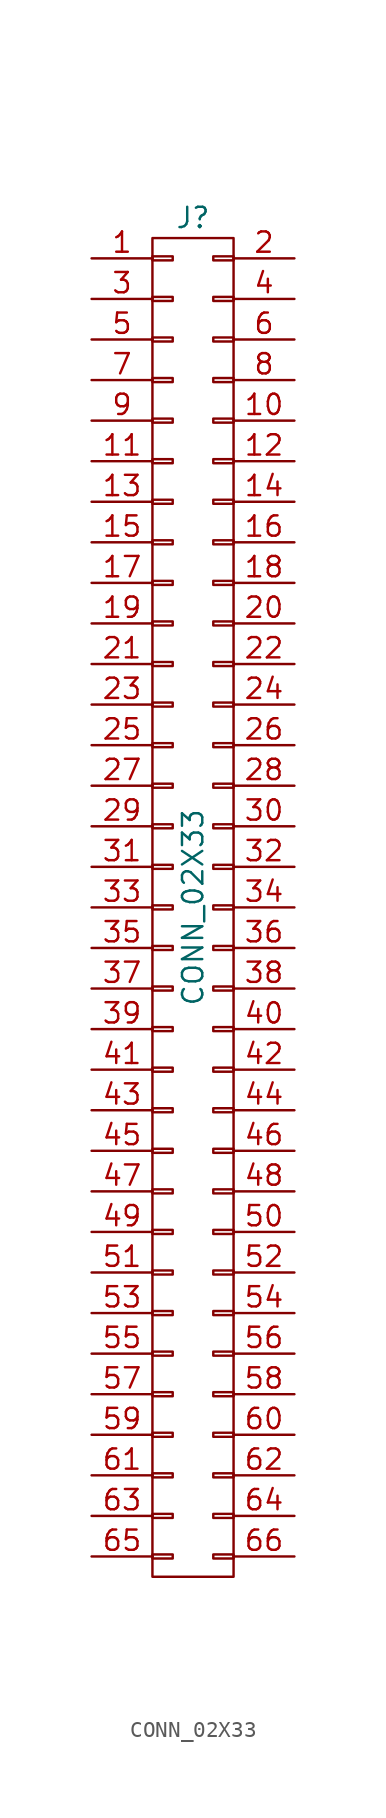
<source format=kicad_sym>
(kicad_symbol_lib
  (version 20211014)
  (generator kicad_symbol_editor)
  (symbol "CONN_02X33"
    (pin_names
      (offset 0.025) hide)
    (property "Reference" "J"
      (at 0 43.18 0)
      (effects (font (size 1.27 1.27))))
    (property "Value" "CONN_02X33"
      (at 0 0 90)
      (effects (font (size 1.27 1.27))))
    (symbol "CONN_02X33_0_1"
      (rectangle (start -2.54 -40.513) (end -1.27 -40.767) (stroke (width 0) (type default) (color 0 0 0 0)) (fill (type none)))
      (rectangle (start -2.54 -37.973) (end -1.27 -38.227) (stroke (width 0) (type default) (color 0 0 0 0)) (fill (type none)))
      (rectangle (start -2.54 -35.433) (end -1.27 -35.687) (stroke (width 0) (type default) (color 0 0 0 0)) (fill (type none)))
      (rectangle (start -2.54 -32.893) (end -1.27 -33.147) (stroke (width 0) (type default) (color 0 0 0 0)) (fill (type none)))
      (rectangle (start -2.54 -30.353) (end -1.27 -30.607) (stroke (width 0) (type default) (color 0 0 0 0)) (fill (type none)))
      (rectangle (start -2.54 -27.813) (end -1.27 -28.067) (stroke (width 0) (type default) (color 0 0 0 0)) (fill (type none)))
      (rectangle (start -2.54 -25.273) (end -1.27 -25.527) (stroke (width 0) (type default) (color 0 0 0 0)) (fill (type none)))
      (rectangle (start -2.54 -22.733) (end -1.27 -22.987) (stroke (width 0) (type default) (color 0 0 0 0)) (fill (type none)))
      (rectangle (start -2.54 -20.193) (end -1.27 -20.447) (stroke (width 0) (type default) (color 0 0 0 0)) (fill (type none)))
      (rectangle (start -2.54 -17.653) (end -1.27 -17.907) (stroke (width 0) (type default) (color 0 0 0 0)) (fill (type none)))
      (rectangle (start -2.54 -15.113) (end -1.27 -15.367) (stroke (width 0) (type default) (color 0 0 0 0)) (fill (type none)))
      (rectangle (start -2.54 -12.573) (end -1.27 -12.827) (stroke (width 0) (type default) (color 0 0 0 0)) (fill (type none)))
      (rectangle (start -2.54 -10.033) (end -1.27 -10.287) (stroke (width 0) (type default) (color 0 0 0 0)) (fill (type none)))
      (rectangle (start -2.54 -7.493) (end -1.27 -7.747) (stroke (width 0) (type default) (color 0 0 0 0)) (fill (type none)))
      (rectangle (start -2.54 -4.953) (end -1.27 -5.207) (stroke (width 0) (type default) (color 0 0 0 0)) (fill (type none)))
      (rectangle (start -2.54 -2.413) (end -1.27 -2.667) (stroke (width 0) (type default) (color 0 0 0 0)) (fill (type none)))
      (rectangle (start -2.54 0.127) (end -1.27 -0.127) (stroke (width 0) (type default) (color 0 0 0 0)) (fill (type none)))
      (rectangle (start -2.54 2.667) (end -1.27 2.413) (stroke (width 0) (type default) (color 0 0 0 0)) (fill (type none)))
      (rectangle (start -2.54 5.207) (end -1.27 4.953) (stroke (width 0) (type default) (color 0 0 0 0)) (fill (type none)))
      (rectangle (start -2.54 7.747) (end -1.27 7.493) (stroke (width 0) (type default) (color 0 0 0 0)) (fill (type none)))
      (rectangle (start -2.54 10.287) (end -1.27 10.033) (stroke (width 0) (type default) (color 0 0 0 0)) (fill (type none)))
      (rectangle (start -2.54 12.827) (end -1.27 12.573) (stroke (width 0) (type default) (color 0 0 0 0)) (fill (type none)))
      (rectangle (start -2.54 15.367) (end -1.27 15.113) (stroke (width 0) (type default) (color 0 0 0 0)) (fill (type none)))
      (rectangle (start -2.54 17.907) (end -1.27 17.653) (stroke (width 0) (type default) (color 0 0 0 0)) (fill (type none)))
      (rectangle (start -2.54 20.447) (end -1.27 20.193) (stroke (width 0) (type default) (color 0 0 0 0)) (fill (type none)))
      (rectangle (start -2.54 22.987) (end -1.27 22.733) (stroke (width 0) (type default) (color 0 0 0 0)) (fill (type none)))
      (rectangle (start -2.54 25.527) (end -1.27 25.273) (stroke (width 0) (type default) (color 0 0 0 0)) (fill (type none)))
      (rectangle (start -2.54 28.067) (end -1.27 27.813) (stroke (width 0) (type default) (color 0 0 0 0)) (fill (type none)))
      (rectangle (start -2.54 30.607) (end -1.27 30.353) (stroke (width 0) (type default) (color 0 0 0 0)) (fill (type none)))
      (rectangle (start -2.54 33.147) (end -1.27 32.893) (stroke (width 0) (type default) (color 0 0 0 0)) (fill (type none)))
      (rectangle (start -2.54 35.687) (end -1.27 35.433) (stroke (width 0) (type default) (color 0 0 0 0)) (fill (type none)))
      (rectangle (start -2.54 38.227) (end -1.27 37.973) (stroke (width 0) (type default) (color 0 0 0 0)) (fill (type none)))
      (rectangle (start -2.54 40.767) (end -1.27 40.513) (stroke (width 0) (type default) (color 0 0 0 0)) (fill (type none)))
      (rectangle (start -2.54 41.91) (end 2.54 -41.91) (stroke (width 0) (type default) (color 0 0 0 0)) (fill (type none)))
      (rectangle (start 1.27 -40.513) (end 2.54 -40.767) (stroke (width 0) (type default) (color 0 0 0 0)) (fill (type none)))
      (rectangle (start 1.27 -37.973) (end 2.54 -38.227) (stroke (width 0) (type default) (color 0 0 0 0)) (fill (type none)))
      (rectangle (start 1.27 -35.433) (end 2.54 -35.687) (stroke (width 0) (type default) (color 0 0 0 0)) (fill (type none)))
      (rectangle (start 1.27 -32.893) (end 2.54 -33.147) (stroke (width 0) (type default) (color 0 0 0 0)) (fill (type none)))
      (rectangle (start 1.27 -30.353) (end 2.54 -30.607) (stroke (width 0) (type default) (color 0 0 0 0)) (fill (type none)))
      (rectangle (start 1.27 -27.813) (end 2.54 -28.067) (stroke (width 0) (type default) (color 0 0 0 0)) (fill (type none)))
      (rectangle (start 1.27 -25.273) (end 2.54 -25.527) (stroke (width 0) (type default) (color 0 0 0 0)) (fill (type none)))
      (rectangle (start 1.27 -22.733) (end 2.54 -22.987) (stroke (width 0) (type default) (color 0 0 0 0)) (fill (type none)))
      (rectangle (start 1.27 -20.193) (end 2.54 -20.447) (stroke (width 0) (type default) (color 0 0 0 0)) (fill (type none)))
      (rectangle (start 1.27 -17.653) (end 2.54 -17.907) (stroke (width 0) (type default) (color 0 0 0 0)) (fill (type none)))
      (rectangle (start 1.27 -15.113) (end 2.54 -15.367) (stroke (width 0) (type default) (color 0 0 0 0)) (fill (type none)))
      (rectangle (start 1.27 -12.573) (end 2.54 -12.827) (stroke (width 0) (type default) (color 0 0 0 0)) (fill (type none)))
      (rectangle (start 1.27 -10.033) (end 2.54 -10.287) (stroke (width 0) (type default) (color 0 0 0 0)) (fill (type none)))
      (rectangle (start 1.27 -7.493) (end 2.54 -7.747) (stroke (width 0) (type default) (color 0 0 0 0)) (fill (type none)))
      (rectangle (start 1.27 -4.953) (end 2.54 -5.207) (stroke (width 0) (type default) (color 0 0 0 0)) (fill (type none)))
      (rectangle (start 1.27 -2.413) (end 2.54 -2.667) (stroke (width 0) (type default) (color 0 0 0 0)) (fill (type none)))
      (rectangle (start 1.27 0.127) (end 2.54 -0.127) (stroke (width 0) (type default) (color 0 0 0 0)) (fill (type none)))
      (rectangle (start 1.27 2.667) (end 2.54 2.413) (stroke (width 0) (type default) (color 0 0 0 0)) (fill (type none)))
      (rectangle (start 1.27 5.207) (end 2.54 4.953) (stroke (width 0) (type default) (color 0 0 0 0)) (fill (type none)))
      (rectangle (start 1.27 7.747) (end 2.54 7.493) (stroke (width 0) (type default) (color 0 0 0 0)) (fill (type none)))
      (rectangle (start 1.27 10.287) (end 2.54 10.033) (stroke (width 0) (type default) (color 0 0 0 0)) (fill (type none)))
      (rectangle (start 1.27 12.827) (end 2.54 12.573) (stroke (width 0) (type default) (color 0 0 0 0)) (fill (type none)))
      (rectangle (start 1.27 15.367) (end 2.54 15.113) (stroke (width 0) (type default) (color 0 0 0 0)) (fill (type none)))
      (rectangle (start 1.27 17.907) (end 2.54 17.653) (stroke (width 0) (type default) (color 0 0 0 0)) (fill (type none)))
      (rectangle (start 1.27 20.447) (end 2.54 20.193) (stroke (width 0) (type default) (color 0 0 0 0)) (fill (type none)))
      (rectangle (start 1.27 22.987) (end 2.54 22.733) (stroke (width 0) (type default) (color 0 0 0 0)) (fill (type none)))
      (rectangle (start 1.27 25.527) (end 2.54 25.273) (stroke (width 0) (type default) (color 0 0 0 0)) (fill (type none)))
      (rectangle (start 1.27 28.067) (end 2.54 27.813) (stroke (width 0) (type default) (color 0 0 0 0)) (fill (type none)))
      (rectangle (start 1.27 30.607) (end 2.54 30.353) (stroke (width 0) (type default) (color 0 0 0 0)) (fill (type none)))
      (rectangle (start 1.27 33.147) (end 2.54 32.893) (stroke (width 0) (type default) (color 0 0 0 0)) (fill (type none)))
      (rectangle (start 1.27 35.687) (end 2.54 35.433) (stroke (width 0) (type default) (color 0 0 0 0)) (fill (type none)))
      (rectangle (start 1.27 38.227) (end 2.54 37.973) (stroke (width 0) (type default) (color 0 0 0 0)) (fill (type none)))
      (rectangle (start 1.27 40.767) (end 2.54 40.513) (stroke (width 0) (type default) (color 0 0 0 0)) (fill (type none))))
    (symbol "CONN_02X33_1_1"
      (pin passive line (at -6.35 40.64 0) (length 3.81) (name "P1" (effects (font (size 1.27 1.27)))) (number "1" (effects (font (size 1.27 1.27)))))
      (pin passive line (at 6.35 30.48 180) (length 3.81) (name "P10" (effects (font (size 1.27 1.27)))) (number "10" (effects (font (size 1.27 1.27)))))
      (pin passive line (at -6.35 27.94 0) (length 3.81) (name "P11" (effects (font (size 1.27 1.27)))) (number "11" (effects (font (size 1.27 1.27)))))
      (pin passive line (at 6.35 27.94 180) (length 3.81) (name "P12" (effects (font (size 1.27 1.27)))) (number "12" (effects (font (size 1.27 1.27)))))
      (pin passive line (at -6.35 25.4 0) (length 3.81) (name "P13" (effects (font (size 1.27 1.27)))) (number "13" (effects (font (size 1.27 1.27)))))
      (pin passive line (at 6.35 25.4 180) (length 3.81) (name "P14" (effects (font (size 1.27 1.27)))) (number "14" (effects (font (size 1.27 1.27)))))
      (pin passive line (at -6.35 22.86 0) (length 3.81) (name "P15" (effects (font (size 1.27 1.27)))) (number "15" (effects (font (size 1.27 1.27)))))
      (pin passive line (at 6.35 22.86 180) (length 3.81) (name "P16" (effects (font (size 1.27 1.27)))) (number "16" (effects (font (size 1.27 1.27)))))
      (pin passive line (at -6.35 20.32 0) (length 3.81) (name "P17" (effects (font (size 1.27 1.27)))) (number "17" (effects (font (size 1.27 1.27)))))
      (pin passive line (at 6.35 20.32 180) (length 3.81) (name "P18" (effects (font (size 1.27 1.27)))) (number "18" (effects (font (size 1.27 1.27)))))
      (pin passive line (at -6.35 17.78 0) (length 3.81) (name "P19" (effects (font (size 1.27 1.27)))) (number "19" (effects (font (size 1.27 1.27)))))
      (pin passive line (at 6.35 40.64 180) (length 3.81) (name "P2" (effects (font (size 1.27 1.27)))) (number "2" (effects (font (size 1.27 1.27)))))
      (pin passive line (at 6.35 17.78 180) (length 3.81) (name "P20" (effects (font (size 1.27 1.27)))) (number "20" (effects (font (size 1.27 1.27)))))
      (pin passive line (at -6.35 15.24 0) (length 3.81) (name "P21" (effects (font (size 1.27 1.27)))) (number "21" (effects (font (size 1.27 1.27)))))
      (pin passive line (at 6.35 15.24 180) (length 3.81) (name "P22" (effects (font (size 1.27 1.27)))) (number "22" (effects (font (size 1.27 1.27)))))
      (pin passive line (at -6.35 12.7 0) (length 3.81) (name "P23" (effects (font (size 1.27 1.27)))) (number "23" (effects (font (size 1.27 1.27)))))
      (pin passive line (at 6.35 12.7 180) (length 3.81) (name "P24" (effects (font (size 1.27 1.27)))) (number "24" (effects (font (size 1.27 1.27)))))
      (pin passive line (at -6.35 10.16 0) (length 3.81) (name "P25" (effects (font (size 1.27 1.27)))) (number "25" (effects (font (size 1.27 1.27)))))
      (pin passive line (at 6.35 10.16 180) (length 3.81) (name "P26" (effects (font (size 1.27 1.27)))) (number "26" (effects (font (size 1.27 1.27)))))
      (pin passive line (at -6.35 7.62 0) (length 3.81) (name "P27" (effects (font (size 1.27 1.27)))) (number "27" (effects (font (size 1.27 1.27)))))
      (pin passive line (at 6.35 7.62 180) (length 3.81) (name "P28" (effects (font (size 1.27 1.27)))) (number "28" (effects (font (size 1.27 1.27)))))
      (pin passive line (at -6.35 5.08 0) (length 3.81) (name "P29" (effects (font (size 1.27 1.27)))) (number "29" (effects (font (size 1.27 1.27)))))
      (pin passive line (at -6.35 38.1 0) (length 3.81) (name "P3" (effects (font (size 1.27 1.27)))) (number "3" (effects (font (size 1.27 1.27)))))
      (pin passive line (at 6.35 5.08 180) (length 3.81) (name "P30" (effects (font (size 1.27 1.27)))) (number "30" (effects (font (size 1.27 1.27)))))
      (pin passive line (at -6.35 2.54 0) (length 3.81) (name "P31" (effects (font (size 1.27 1.27)))) (number "31" (effects (font (size 1.27 1.27)))))
      (pin passive line (at 6.35 2.54 180) (length 3.81) (name "P32" (effects (font (size 1.27 1.27)))) (number "32" (effects (font (size 1.27 1.27)))))
      (pin passive line (at -6.35 0 0) (length 3.81) (name "P33" (effects (font (size 1.27 1.27)))) (number "33" (effects (font (size 1.27 1.27)))))
      (pin passive line (at 6.35 0 180) (length 3.81) (name "P34" (effects (font (size 1.27 1.27)))) (number "34" (effects (font (size 1.27 1.27)))))
      (pin passive line (at -6.35 -2.54 0) (length 3.81) (name "P35" (effects (font (size 1.27 1.27)))) (number "35" (effects (font (size 1.27 1.27)))))
      (pin passive line (at 6.35 -2.54 180) (length 3.81) (name "P36" (effects (font (size 1.27 1.27)))) (number "36" (effects (font (size 1.27 1.27)))))
      (pin passive line (at -6.35 -5.08 0) (length 3.81) (name "P37" (effects (font (size 1.27 1.27)))) (number "37" (effects (font (size 1.27 1.27)))))
      (pin passive line (at 6.35 -5.08 180) (length 3.81) (name "P38" (effects (font (size 1.27 1.27)))) (number "38" (effects (font (size 1.27 1.27)))))
      (pin passive line (at -6.35 -7.62 0) (length 3.81) (name "P39" (effects (font (size 1.27 1.27)))) (number "39" (effects (font (size 1.27 1.27)))))
      (pin passive line (at 6.35 38.1 180) (length 3.81) (name "P4" (effects (font (size 1.27 1.27)))) (number "4" (effects (font (size 1.27 1.27)))))
      (pin passive line (at 6.35 -7.62 180) (length 3.81) (name "P40" (effects (font (size 1.27 1.27)))) (number "40" (effects (font (size 1.27 1.27)))))
      (pin passive line (at -6.35 -10.16 0) (length 3.81) (name "P41" (effects (font (size 1.27 1.27)))) (number "41" (effects (font (size 1.27 1.27)))))
      (pin passive line (at 6.35 -10.16 180) (length 3.81) (name "P42" (effects (font (size 1.27 1.27)))) (number "42" (effects (font (size 1.27 1.27)))))
      (pin passive line (at -6.35 -12.7 0) (length 3.81) (name "P43" (effects (font (size 1.27 1.27)))) (number "43" (effects (font (size 1.27 1.27)))))
      (pin passive line (at 6.35 -12.7 180) (length 3.81) (name "P44" (effects (font (size 1.27 1.27)))) (number "44" (effects (font (size 1.27 1.27)))))
      (pin passive line (at -6.35 -15.24 0) (length 3.81) (name "P45" (effects (font (size 1.27 1.27)))) (number "45" (effects (font (size 1.27 1.27)))))
      (pin passive line (at 6.35 -15.24 180) (length 3.81) (name "P46" (effects (font (size 1.27 1.27)))) (number "46" (effects (font (size 1.27 1.27)))))
      (pin passive line (at -6.35 -17.78 0) (length 3.81) (name "P47" (effects (font (size 1.27 1.27)))) (number "47" (effects (font (size 1.27 1.27)))))
      (pin passive line (at 6.35 -17.78 180) (length 3.81) (name "P48" (effects (font (size 1.27 1.27)))) (number "48" (effects (font (size 1.27 1.27)))))
      (pin passive line (at -6.35 -20.32 0) (length 3.81) (name "P49" (effects (font (size 1.27 1.27)))) (number "49" (effects (font (size 1.27 1.27)))))
      (pin passive line (at -6.35 35.56 0) (length 3.81) (name "P5" (effects (font (size 1.27 1.27)))) (number "5" (effects (font (size 1.27 1.27)))))
      (pin passive line (at 6.35 -20.32 180) (length 3.81) (name "P50" (effects (font (size 1.27 1.27)))) (number "50" (effects (font (size 1.27 1.27)))))
      (pin passive line (at -6.35 -22.86 0) (length 3.81) (name "P51" (effects (font (size 1.27 1.27)))) (number "51" (effects (font (size 1.27 1.27)))))
      (pin passive line (at 6.35 -22.86 180) (length 3.81) (name "P52" (effects (font (size 1.27 1.27)))) (number "52" (effects (font (size 1.27 1.27)))))
      (pin passive line (at -6.35 -25.4 0) (length 3.81) (name "P53" (effects (font (size 1.27 1.27)))) (number "53" (effects (font (size 1.27 1.27)))))
      (pin passive line (at 6.35 -25.4 180) (length 3.81) (name "P54" (effects (font (size 1.27 1.27)))) (number "54" (effects (font (size 1.27 1.27)))))
      (pin passive line (at -6.35 -27.94 0) (length 3.81) (name "P55" (effects (font (size 1.27 1.27)))) (number "55" (effects (font (size 1.27 1.27)))))
      (pin passive line (at 6.35 -27.94 180) (length 3.81) (name "P56" (effects (font (size 1.27 1.27)))) (number "56" (effects (font (size 1.27 1.27)))))
      (pin passive line (at -6.35 -30.48 0) (length 3.81) (name "P57" (effects (font (size 1.27 1.27)))) (number "57" (effects (font (size 1.27 1.27)))))
      (pin passive line (at 6.35 -30.48 180) (length 3.81) (name "P58" (effects (font (size 1.27 1.27)))) (number "58" (effects (font (size 1.27 1.27)))))
      (pin passive line (at -6.35 -33.02 0) (length 3.81) (name "P59" (effects (font (size 1.27 1.27)))) (number "59" (effects (font (size 1.27 1.27)))))
      (pin passive line (at 6.35 35.56 180) (length 3.81) (name "P6" (effects (font (size 1.27 1.27)))) (number "6" (effects (font (size 1.27 1.27)))))
      (pin passive line (at 6.35 -33.02 180) (length 3.81) (name "P60" (effects (font (size 1.27 1.27)))) (number "60" (effects (font (size 1.27 1.27)))))
      (pin passive line (at -6.35 -35.56 0) (length 3.81) (name "P61" (effects (font (size 1.27 1.27)))) (number "61" (effects (font (size 1.27 1.27)))))
      (pin passive line (at 6.35 -35.56 180) (length 3.81) (name "P62" (effects (font (size 1.27 1.27)))) (number "62" (effects (font (size 1.27 1.27)))))
      (pin passive line (at -6.35 -38.1 0) (length 3.81) (name "P63" (effects (font (size 1.27 1.27)))) (number "63" (effects (font (size 1.27 1.27)))))
      (pin passive line (at 6.35 -38.1 180) (length 3.81) (name "P64" (effects (font (size 1.27 1.27)))) (number "64" (effects (font (size 1.27 1.27)))))
      (pin passive line (at -6.35 -40.64 0) (length 3.81) (name "P65" (effects (font (size 1.27 1.27)))) (number "65" (effects (font (size 1.27 1.27)))))
      (pin passive line (at 6.35 -40.64 180) (length 3.81) (name "P66" (effects (font (size 1.27 1.27)))) (number "66" (effects (font (size 1.27 1.27)))))
      (pin passive line (at -6.35 33.02 0) (length 3.81) (name "P7" (effects (font (size 1.27 1.27)))) (number "7" (effects (font (size 1.27 1.27)))))
      (pin passive line (at 6.35 33.02 180) (length 3.81) (name "P8" (effects (font (size 1.27 1.27)))) (number "8" (effects (font (size 1.27 1.27)))))
      (pin passive line (at -6.35 30.48 0) (length 3.81) (name "P9" (effects (font (size 1.27 1.27)))) (number "9" (effects (font (size 1.27 1.27))))))))
</source>
